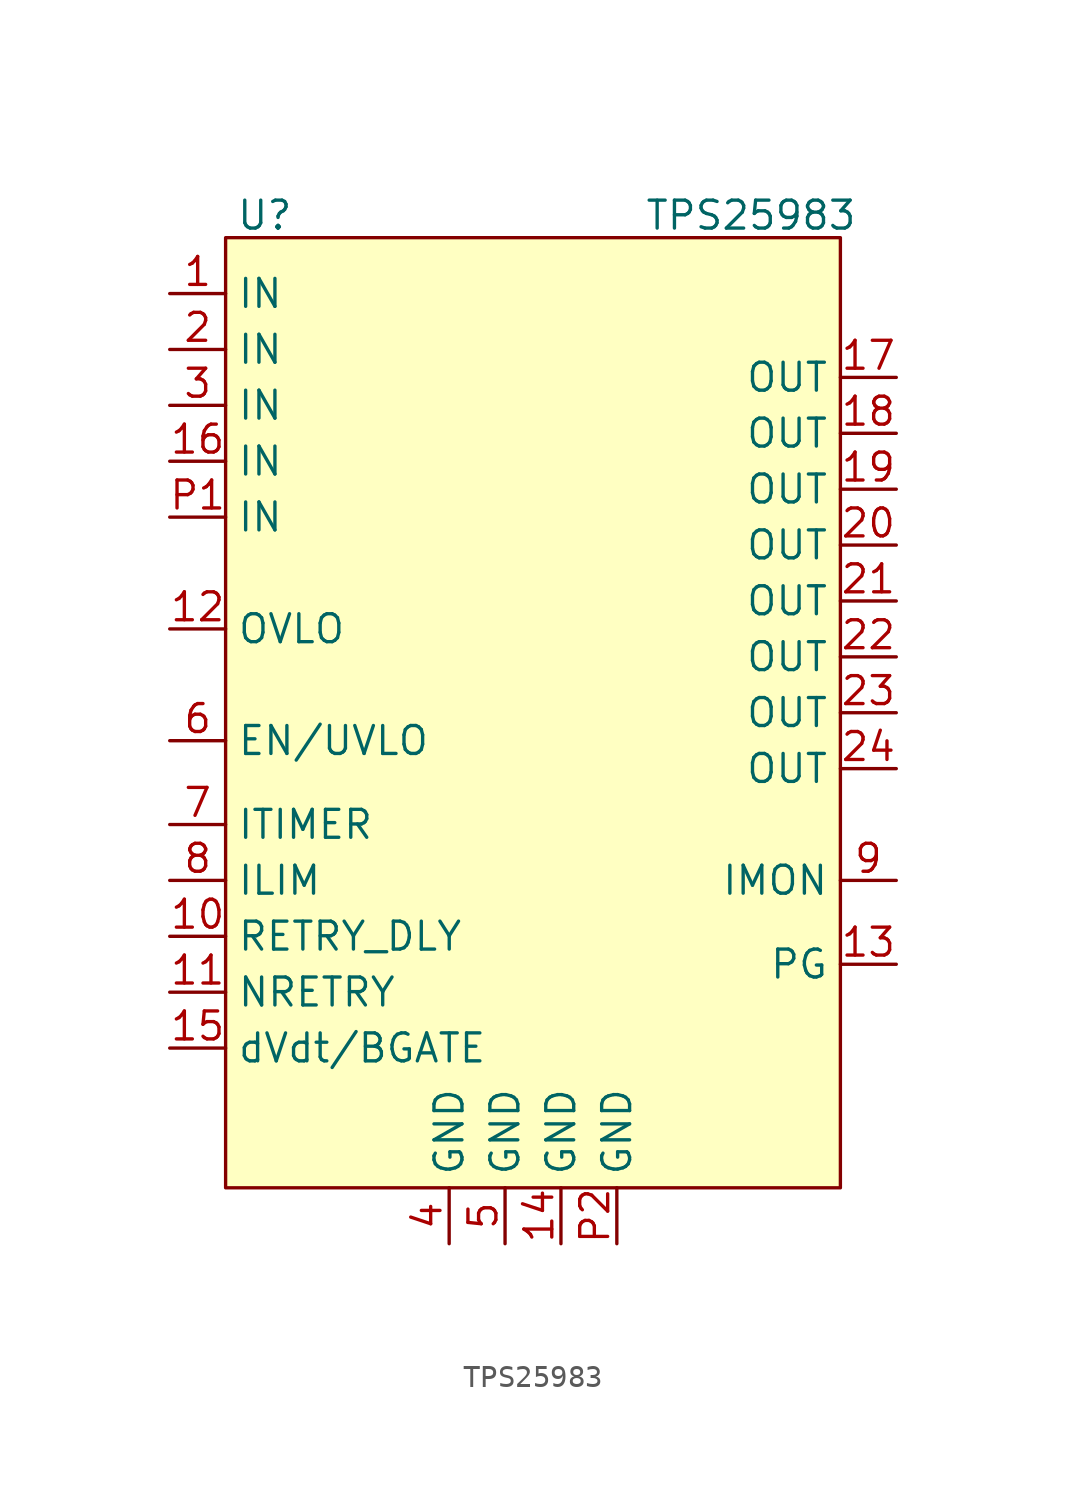
<source format=kicad_sym>
(kicad_symbol_lib
  (version 20231120)
  (generator "kicad_symbol_editor")
  (generator_version "8.0")
  (symbol "TPS25983"
    (property "Reference" "U"
      (at -12.192 22.606 0)
      (effects (font (size 1.27 1.27))))
    (property "Value" "TPS25983"
      (at 9.906 22.606 0)
      (effects (font (size 1.27 1.27))))
    (symbol "TPS25983_1_1"
      (rectangle (start -13.97 21.59) (end 13.97 -21.59) (stroke (width 0) (type default)) (fill (type background)))
      (pin input line (at -16.51 19.05 0) (length 2.54) (name "IN" (effects (font (size 1.27 1.27)))) (number "1" (effects (font (size 1.27 1.27)))))
      (pin input line (at -16.51 -10.16 0) (length 2.54) (name "RETRY_DLY" (effects (font (size 1.27 1.27)))) (number "10" (effects (font (size 1.27 1.27)))))
      (pin input line (at -16.51 -12.7 0) (length 2.54) (name "NRETRY" (effects (font (size 1.27 1.27)))) (number "11" (effects (font (size 1.27 1.27)))))
      (pin input line (at -16.51 3.81 0) (length 2.54) (name "OVLO" (effects (font (size 1.27 1.27)))) (number "12" (effects (font (size 1.27 1.27)))))
      (pin input line (at 16.51 -11.43 180) (length 2.54) (name "PG" (effects (font (size 1.27 1.27)))) (number "13" (effects (font (size 1.27 1.27)))))
      (pin input line (at 1.27 -24.13 90) (length 2.54) (name "GND" (effects (font (size 1.27 1.27)))) (number "14" (effects (font (size 1.27 1.27)))))
      (pin input line (at -16.51 -15.24 0) (length 2.54) (name "dVdt/BGATE" (effects (font (size 1.27 1.27)))) (number "15" (effects (font (size 1.27 1.27)))))
      (pin input line (at -16.51 11.43 0) (length 2.54) (name "IN" (effects (font (size 1.27 1.27)))) (number "16" (effects (font (size 1.27 1.27)))))
      (pin input line (at 16.51 15.24 180) (length 2.54) (name "OUT" (effects (font (size 1.27 1.27)))) (number "17" (effects (font (size 1.27 1.27)))))
      (pin input line (at 16.51 12.7 180) (length 2.54) (name "OUT" (effects (font (size 1.27 1.27)))) (number "18" (effects (font (size 1.27 1.27)))))
      (pin input line (at 16.51 10.16 180) (length 2.54) (name "OUT" (effects (font (size 1.27 1.27)))) (number "19" (effects (font (size 1.27 1.27)))))
      (pin input line (at -16.51 16.51 0) (length 2.54) (name "IN" (effects (font (size 1.27 1.27)))) (number "2" (effects (font (size 1.27 1.27)))))
      (pin input line (at 16.51 7.62 180) (length 2.54) (name "OUT" (effects (font (size 1.27 1.27)))) (number "20" (effects (font (size 1.27 1.27)))))
      (pin input line (at 16.51 5.08 180) (length 2.54) (name "OUT" (effects (font (size 1.27 1.27)))) (number "21" (effects (font (size 1.27 1.27)))))
      (pin input line (at 16.51 2.54 180) (length 2.54) (name "OUT" (effects (font (size 1.27 1.27)))) (number "22" (effects (font (size 1.27 1.27)))))
      (pin input line (at 16.51 0 180) (length 2.54) (name "OUT" (effects (font (size 1.27 1.27)))) (number "23" (effects (font (size 1.27 1.27)))))
      (pin input line (at 16.51 -2.54 180) (length 2.54) (name "OUT" (effects (font (size 1.27 1.27)))) (number "24" (effects (font (size 1.27 1.27)))))
      (pin input line (at -16.51 13.97 0) (length 2.54) (name "IN" (effects (font (size 1.27 1.27)))) (number "3" (effects (font (size 1.27 1.27)))))
      (pin input line (at -3.81 -24.13 90) (length 2.54) (name "GND" (effects (font (size 1.27 1.27)))) (number "4" (effects (font (size 1.27 1.27)))))
      (pin input line (at -1.27 -24.13 90) (length 2.54) (name "GND" (effects (font (size 1.27 1.27)))) (number "5" (effects (font (size 1.27 1.27)))))
      (pin input line (at -16.51 -1.27 0) (length 2.54) (name "EN/UVLO" (effects (font (size 1.27 1.27)))) (number "6" (effects (font (size 1.27 1.27)))))
      (pin input line (at -16.51 -5.08 0) (length 2.54) (name "ITIMER" (effects (font (size 1.27 1.27)))) (number "7" (effects (font (size 1.27 1.27)))))
      (pin input line (at -16.51 -7.62 0) (length 2.54) (name "ILIM" (effects (font (size 1.27 1.27)))) (number "8" (effects (font (size 1.27 1.27)))))
      (pin input line (at 16.51 -7.62 180) (length 2.54) (name "IMON" (effects (font (size 1.27 1.27)))) (number "9" (effects (font (size 1.27 1.27)))))
      (pin input line (at -16.51 8.89 0) (length 2.54) (name "IN" (effects (font (size 1.27 1.27)))) (number "P1" (effects (font (size 1.27 1.27)))))
      (pin input line (at 3.81 -24.13 90) (length 2.54) (name "GND" (effects (font (size 1.27 1.27)))) (number "P2" (effects (font (size 1.27 1.27))))))))
</source>
